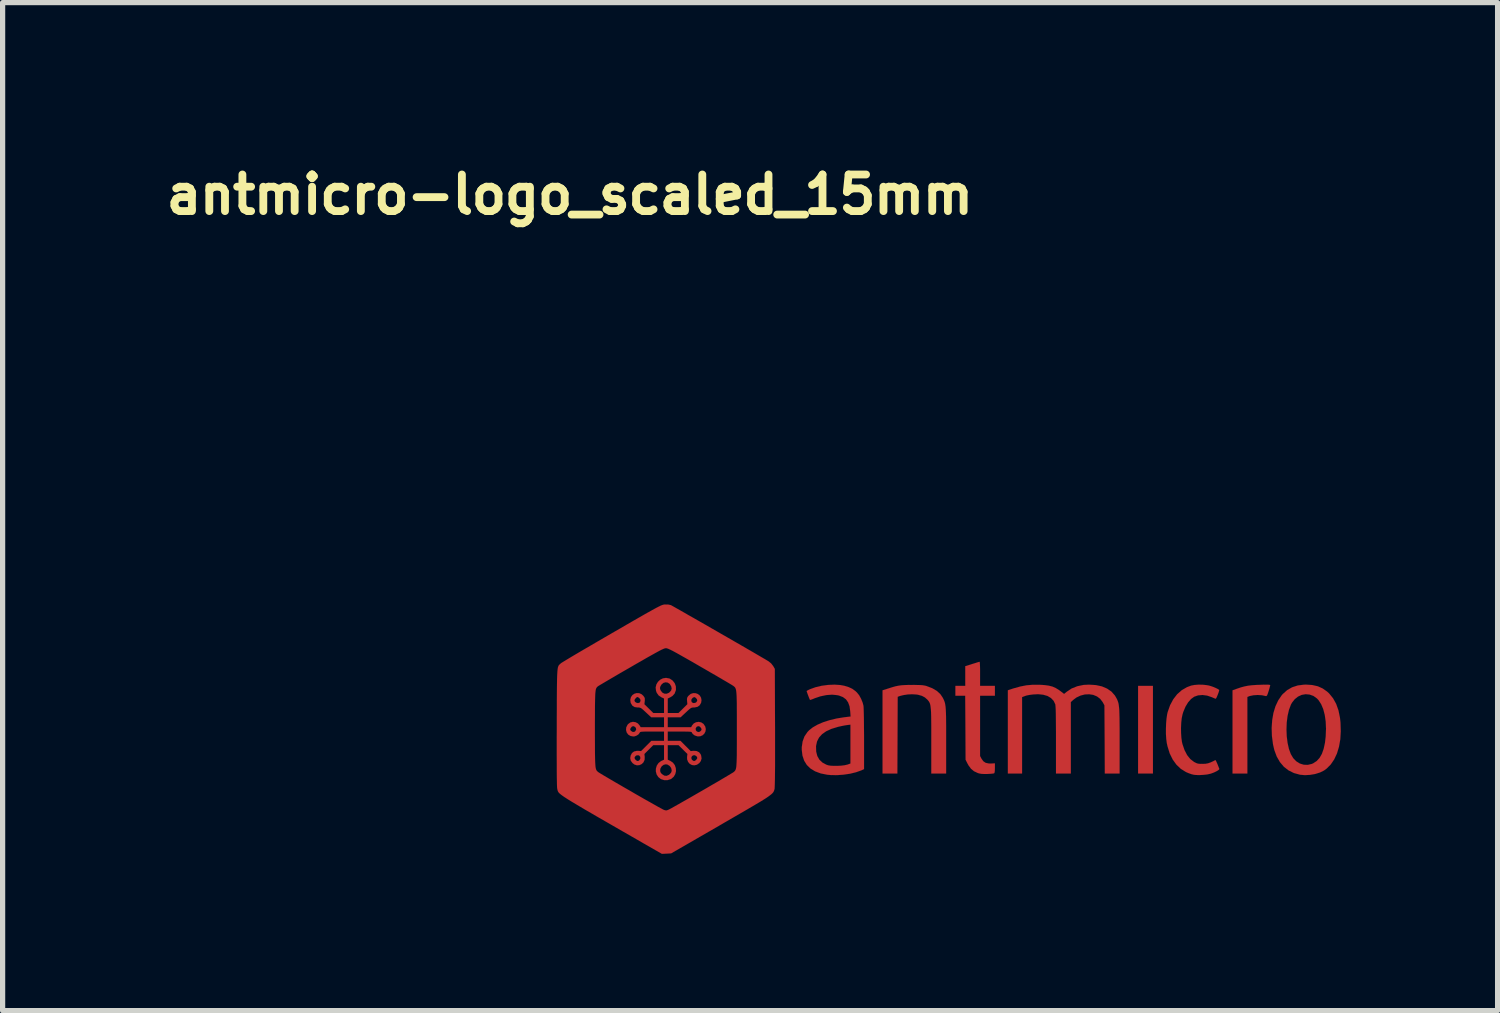
<source format=kicad_pcb>
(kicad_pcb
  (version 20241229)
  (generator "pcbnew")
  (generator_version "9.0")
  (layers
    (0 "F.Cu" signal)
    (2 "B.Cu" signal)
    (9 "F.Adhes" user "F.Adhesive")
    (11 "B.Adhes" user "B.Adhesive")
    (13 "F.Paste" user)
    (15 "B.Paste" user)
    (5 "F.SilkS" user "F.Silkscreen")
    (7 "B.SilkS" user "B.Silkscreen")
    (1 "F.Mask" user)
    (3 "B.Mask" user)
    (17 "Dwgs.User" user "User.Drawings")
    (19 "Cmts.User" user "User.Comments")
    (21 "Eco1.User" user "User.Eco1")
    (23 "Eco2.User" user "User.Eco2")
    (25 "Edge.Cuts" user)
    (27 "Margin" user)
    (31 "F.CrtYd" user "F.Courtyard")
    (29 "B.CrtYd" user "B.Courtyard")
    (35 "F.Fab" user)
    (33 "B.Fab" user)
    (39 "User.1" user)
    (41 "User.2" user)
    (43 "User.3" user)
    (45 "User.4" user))
  (footprint "antmicro-logo_scaled_15mm"
    (layer "F.Cu")
    (at 15.555 10.973)
    (property "Reference" "antmicro-logo_scaled_15mm" (at -7.7 -10.3 180) (layer "F.SilkS") (effects (font (size 0.7 0.7) (thickness 0.15))))
    (attr exclude_from_pos_files)
    (fp_poly (pts (xy 3.456 0.778) (xy 3.172 0.778) (xy 3.172 -0.899) (xy 3.456 -0.899) (xy 3.456 0.778)) (stroke (width 0.001) (type solid)) (fill yes) (layer "F.Cu"))
    (fp_poly (pts (xy 5.67 -0.921) (xy 5.691 -0.918) (xy 5.699 -0.913) (xy 5.7 -0.911) (xy 5.696 -0.894) (xy 5.687 -0.86) (xy 5.675 -0.816) (xy 5.669 -0.797) (xy 5.653 -0.749) (xy 5.641 -0.72) (xy 5.63 -0.706) (xy 5.619 -0.704) (xy 5.617 -0.704) (xy 5.543 -0.72) (xy 5.461 -0.725) (xy 5.38 -0.72) (xy 5.309 -0.705) (xy 5.295 -0.7) (xy 5.263 -0.687) (xy 5.263 0.778) (xy 4.979 0.778) (xy 4.979 -0.814) (xy 5.065 -0.845) (xy 5.139 -0.87) (xy 5.207 -0.888) (xy 5.276 -0.902) (xy 5.35 -0.911) (xy 5.438 -0.917) (xy 5.502 -0.919) (xy 5.578 -0.922) (xy 5.633 -0.922) (xy 5.67 -0.921)) (stroke (width 0.001) (type solid)) (fill yes) (layer "F.Cu"))
    (fp_poly (pts (xy 0.143 -1.349) (xy 0.145 -1.317) (xy 0.147 -1.27) (xy 0.148 -1.209) (xy 0.148 -1.139) (xy 0.148 -1.13) (xy 0.148 -0.899) (xy 0.432 -0.899) (xy 0.432 -0.71) (xy 0.148 -0.71) (xy 0.148 0.443) (xy 0.175 0.494) (xy 0.21 0.543) (xy 0.254 0.573) (xy 0.312 0.586) (xy 0.358 0.587) (xy 0.432 0.583) (xy 0.432 0.674) (xy 0.43 0.73) (xy 0.424 0.764) (xy 0.417 0.774) (xy 0.4 0.778) (xy 0.364 0.782) (xy 0.317 0.785) (xy 0.284 0.787) (xy 0.22 0.787) (xy 0.171 0.784) (xy 0.13 0.776) (xy 0.104 0.768) (xy 0.032 0.734) (xy -0.025 0.687) (xy -0.073 0.622) (xy -0.088 0.595) (xy -0.129 0.515) (xy -0.132 -0.098) (xy -0.136 -0.71) (xy -0.324 -0.71) (xy -0.324 -0.899) (xy -0.135 -0.899) (xy -0.135 -1.276) (xy -0.001 -1.318) (xy 0.052 -1.334) (xy 0.096 -1.348) (xy 0.127 -1.357) (xy 0.14 -1.36) (xy 0.143 -1.349)) (stroke (width 0.001) (type solid)) (fill yes) (layer "F.Cu"))
    (fp_poly (pts (xy -1.069 -0.916) (xy -1.006 -0.915) (xy -0.958 -0.912) (xy -0.919 -0.906) (xy -0.886 -0.899) (xy -0.874 -0.895) (xy -0.767 -0.854) (xy -0.68 -0.803) (xy -0.613 -0.742) (xy -0.569 -0.678) (xy -0.555 -0.651) (xy -0.543 -0.626) (xy -0.533 -0.6) (xy -0.524 -0.572) (xy -0.518 -0.539) (xy -0.512 -0.499) (xy -0.508 -0.45) (xy -0.505 -0.39) (xy -0.503 -0.316) (xy -0.502 -0.228) (xy -0.501 -0.122) (xy -0.501 0.003) (xy -0.501 0.149) (xy -0.501 0.778) (xy -0.785 0.778) (xy -0.785 0.154) (xy -0.785 0.007) (xy -0.785 -0.118) (xy -0.786 -0.224) (xy -0.787 -0.311) (xy -0.789 -0.384) (xy -0.792 -0.442) (xy -0.797 -0.489) (xy -0.802 -0.526) (xy -0.809 -0.555) (xy -0.818 -0.578) (xy -0.829 -0.598) (xy -0.842 -0.615) (xy -0.857 -0.633) (xy -0.858 -0.634) (xy -0.907 -0.678) (xy -0.966 -0.709) (xy -1.042 -0.73) (xy -1.07 -0.734) (xy -1.149 -0.739) (xy -1.237 -0.735) (xy -1.322 -0.722) (xy -1.384 -0.706) (xy -1.428 -0.69) (xy -1.431 0.044) (xy -1.434 0.778) (xy -1.718 0.778) (xy -1.718 -0.814) (xy -1.608 -0.849) (xy -1.533 -0.873) (xy -1.469 -0.891) (xy -1.41 -0.903) (xy -1.35 -0.911) (xy -1.282 -0.915) (xy -1.2 -0.917) (xy -1.151 -0.917) (xy -1.069 -0.916)) (stroke (width 0.001) (type solid)) (fill yes) (layer "F.Cu"))
    (fp_poly (pts (xy 2.364 -0.914) (xy 2.479 -0.889) (xy 2.578 -0.847) (xy 2.661 -0.79) (xy 2.727 -0.716) (xy 2.758 -0.663) (xy 2.771 -0.638) (xy 2.781 -0.613) (xy 2.79 -0.587) (xy 2.798 -0.558) (xy 2.803 -0.523) (xy 2.808 -0.481) (xy 2.812 -0.429) (xy 2.814 -0.366) (xy 2.816 -0.289) (xy 2.817 -0.196) (xy 2.818 -0.085) (xy 2.818 0.047) (xy 2.818 0.153) (xy 2.818 0.778) (xy 2.535 0.778) (xy 2.532 0.125) (xy 2.528 -0.527) (xy 2.494 -0.589) (xy 2.447 -0.651) (xy 2.386 -0.697) (xy 2.314 -0.727) (xy 2.236 -0.739) (xy 2.153 -0.735) (xy 2.071 -0.714) (xy 1.991 -0.676) (xy 1.935 -0.634) (xy 1.885 -0.59) (xy 1.885 0.778) (xy 1.601 0.778) (xy 1.601 0.139) (xy 1.601 -0.022) (xy 1.6 -0.159) (xy 1.599 -0.275) (xy 1.598 -0.369) (xy 1.596 -0.443) (xy 1.593 -0.497) (xy 1.59 -0.532) (xy 1.588 -0.546) (xy 1.556 -0.613) (xy 1.506 -0.666) (xy 1.439 -0.706) (xy 1.356 -0.73) (xy 1.26 -0.74) (xy 1.162 -0.735) (xy 1.108 -0.728) (xy 1.07 -0.722) (xy 1.038 -0.715) (xy 1.005 -0.704) (xy 0.984 -0.696) (xy 0.952 -0.684) (xy 0.952 0.778) (xy 0.68 0.778) (xy 0.68 -0.815) (xy 0.792 -0.852) (xy 0.919 -0.887) (xy 1.038 -0.91) (xy 1.158 -0.92) (xy 1.282 -0.92) (xy 1.382 -0.914) (xy 1.464 -0.903) (xy 1.534 -0.885) (xy 1.595 -0.858) (xy 1.654 -0.822) (xy 1.679 -0.804) (xy 1.756 -0.745) (xy 1.806 -0.786) (xy 1.901 -0.849) (xy 2.009 -0.892) (xy 2.129 -0.917) (xy 2.233 -0.922) (xy 2.364 -0.914)) (stroke (width 0.001) (type solid)) (fill yes) (layer "F.Cu"))
    (fp_poly (pts (xy 6.505 -0.915) (xy 6.611 -0.891) (xy 6.704 -0.849) (xy 6.788 -0.79) (xy 6.828 -0.753) (xy 6.902 -0.662) (xy 6.962 -0.554) (xy 7.006 -0.43) (xy 7.035 -0.288) (xy 7.045 -0.196) (xy 7.05 -0.031) (xy 7.041 0.124) (xy 7.016 0.266) (xy 6.977 0.395) (xy 6.924 0.508) (xy 6.858 0.605) (xy 6.779 0.684) (xy 6.73 0.72) (xy 6.653 0.758) (xy 6.56 0.787) (xy 6.461 0.804) (xy 6.361 0.809) (xy 6.271 0.801) (xy 6.154 0.769) (xy 6.051 0.718) (xy 5.961 0.648) (xy 5.886 0.559) (xy 5.825 0.453) (xy 5.779 0.329) (xy 5.754 0.221) (xy 5.733 0.061) (xy 5.729 -0.067) (xy 6.011 -0.067) (xy 6.016 0.065) (xy 6.032 0.192) (xy 6.058 0.308) (xy 6.094 0.406) (xy 6.14 0.484) (xy 6.199 0.545) (xy 6.267 0.587) (xy 6.341 0.61) (xy 6.419 0.613) (xy 6.498 0.594) (xy 6.524 0.582) (xy 6.59 0.539) (xy 6.645 0.479) (xy 6.689 0.402) (xy 6.723 0.306) (xy 6.748 0.191) (xy 6.762 0.069) (xy 6.768 -0.079) (xy 6.762 -0.217) (xy 6.744 -0.343) (xy 6.715 -0.454) (xy 6.675 -0.549) (xy 6.625 -0.626) (xy 6.594 -0.659) (xy 6.527 -0.707) (xy 6.454 -0.733) (xy 6.378 -0.74) (xy 6.303 -0.727) (xy 6.233 -0.695) (xy 6.17 -0.645) (xy 6.117 -0.578) (xy 6.096 -0.54) (xy 6.059 -0.441) (xy 6.032 -0.325) (xy 6.016 -0.199) (xy 6.011 -0.067) (xy 5.729 -0.067) (xy 5.728 -0.094) (xy 5.738 -0.243) (xy 5.762 -0.382) (xy 5.801 -0.509) (xy 5.854 -0.622) (xy 5.92 -0.719) (xy 5.939 -0.741) (xy 6.024 -0.817) (xy 6.12 -0.872) (xy 6.228 -0.907) (xy 6.348 -0.922) (xy 6.384 -0.923) (xy 6.505 -0.915)) (stroke (width 0.001) (type solid)) (fill yes) (layer "F.Cu"))
    (fp_poly (pts (xy 4.407 -0.921) (xy 4.484 -0.913) (xy 4.528 -0.905) (xy 4.572 -0.892) (xy 4.62 -0.875) (xy 4.665 -0.855) (xy 4.701 -0.837) (xy 4.722 -0.822) (xy 4.723 -0.82) (xy 4.722 -0.805) (xy 4.713 -0.776) (xy 4.7 -0.74) (xy 4.685 -0.703) (xy 4.671 -0.672) (xy 4.66 -0.655) (xy 4.658 -0.653) (xy 4.643 -0.657) (xy 4.614 -0.669) (xy 4.585 -0.682) (xy 4.494 -0.713) (xy 4.405 -0.725) (xy 4.32 -0.718) (xy 4.246 -0.692) (xy 4.185 -0.648) (xy 4.128 -0.583) (xy 4.078 -0.5) (xy 4.037 -0.402) (xy 4.02 -0.346) (xy 4.006 -0.276) (xy 3.997 -0.19) (xy 3.993 -0.096) (xy 3.994 0.001) (xy 4 0.093) (xy 4.011 0.173) (xy 4.02 0.213) (xy 4.06 0.33) (xy 4.11 0.426) (xy 4.171 0.502) (xy 4.243 0.557) (xy 4.249 0.56) (xy 4.285 0.578) (xy 4.316 0.589) (xy 4.353 0.593) (xy 4.404 0.594) (xy 4.406 0.594) (xy 4.46 0.592) (xy 4.506 0.584) (xy 4.554 0.568) (xy 4.609 0.543) (xy 4.65 0.521) (xy 4.655 0.524) (xy 4.664 0.54) (xy 4.678 0.57) (xy 4.698 0.617) (xy 4.724 0.684) (xy 4.727 0.69) (xy 4.72 0.703) (xy 4.696 0.721) (xy 4.66 0.741) (xy 4.616 0.761) (xy 4.569 0.778) (xy 4.557 0.782) (xy 4.493 0.796) (xy 4.417 0.804) (xy 4.337 0.808) (xy 4.265 0.805) (xy 4.235 0.801) (xy 4.191 0.79) (xy 4.138 0.771) (xy 4.087 0.749) (xy 3.989 0.688) (xy 3.905 0.608) (xy 3.834 0.509) (xy 3.777 0.393) (xy 3.735 0.258) (xy 3.721 0.193) (xy 3.711 0.116) (xy 3.705 0.024) (xy 3.705 -0.075) (xy 3.708 -0.176) (xy 3.716 -0.27) (xy 3.728 -0.353) (xy 3.738 -0.397) (xy 3.784 -0.528) (xy 3.845 -0.642) (xy 3.919 -0.738) (xy 4.007 -0.816) (xy 4.107 -0.874) (xy 4.187 -0.904) (xy 4.249 -0.916) (xy 4.325 -0.922) (xy 4.407 -0.921)) (stroke (width 0.001) (type solid)) (fill yes) (layer "F.Cu"))
    (fp_poly (pts (xy -2.526 -0.915) (xy -2.451 -0.901) (xy -2.366 -0.875) (xy -2.297 -0.843) (xy -2.238 -0.8) (xy -2.209 -0.773) (xy -2.166 -0.72) (xy -2.128 -0.651) (xy -2.098 -0.576) (xy -2.084 -0.523) (xy -2.081 -0.496) (xy -2.079 -0.448) (xy -2.077 -0.38) (xy -2.075 -0.294) (xy -2.074 -0.193) (xy -2.073 -0.078) (xy -2.072 0.049) (xy -2.072 0.118) (xy -2.072 0.694) (xy -2.127 0.719) (xy -2.226 0.754) (xy -2.341 0.782) (xy -2.465 0.8) (xy -2.591 0.809) (xy -2.712 0.807) (xy -2.776 0.801) (xy -2.901 0.776) (xy -3.008 0.736) (xy -3.097 0.682) (xy -3.167 0.614) (xy -3.218 0.531) (xy -3.25 0.435) (xy -3.263 0.325) (xy -3.263 0.27) (xy -3.261 0.26) (xy -2.991 0.26) (xy -2.988 0.358) (xy -2.967 0.442) (xy -2.927 0.513) (xy -2.869 0.568) (xy -2.794 0.609) (xy -2.758 0.621) (xy -2.711 0.629) (xy -2.649 0.632) (xy -2.579 0.632) (xy -2.509 0.628) (xy -2.445 0.62) (xy -2.395 0.609) (xy -2.388 0.607) (xy -2.332 0.587) (xy -2.332 -0.157) (xy -2.4 -0.149) (xy -2.443 -0.142) (xy -2.499 -0.131) (xy -2.558 -0.118) (xy -2.577 -0.113) (xy -2.698 -0.076) (xy -2.797 -0.03) (xy -2.875 0.025) (xy -2.933 0.089) (xy -2.971 0.163) (xy -2.99 0.248) (xy -2.991 0.26) (xy -3.261 0.26) (xy -3.247 0.164) (xy -3.212 0.069) (xy -3.155 -0.015) (xy -3.123 -0.049) (xy -3.052 -0.105) (xy -2.961 -0.157) (xy -2.852 -0.204) (xy -2.729 -0.243) (xy -2.595 -0.275) (xy -2.453 -0.298) (xy -2.451 -0.298) (xy -2.329 -0.313) (xy -2.336 -0.413) (xy -2.349 -0.508) (xy -2.377 -0.584) (xy -2.418 -0.642) (xy -2.476 -0.685) (xy -2.551 -0.714) (xy -2.587 -0.722) (xy -2.685 -0.731) (xy -2.793 -0.723) (xy -2.908 -0.699) (xy -3.023 -0.66) (xy -3.033 -0.655) (xy -3.069 -0.641) (xy -3.096 -0.632) (xy -3.106 -0.631) (xy -3.112 -0.643) (xy -3.124 -0.671) (xy -3.138 -0.707) (xy -3.152 -0.745) (xy -3.163 -0.777) (xy -3.17 -0.797) (xy -3.17 -0.8) (xy -3.161 -0.807) (xy -3.135 -0.821) (xy -3.106 -0.835) (xy -3 -0.873) (xy -2.882 -0.901) (xy -2.76 -0.917) (xy -2.639 -0.922) (xy -2.526 -0.915)) (stroke (width 0.001) (type solid)) (fill yes) (layer "F.Cu"))
    (fp_poly (pts (xy -5.818 -2.455) (xy -5.769 -2.444) (xy -5.768 -2.444) (xy -5.753 -2.436) (xy -5.719 -2.417) (xy -5.668 -2.388) (xy -5.602 -2.351) (xy -5.523 -2.306) (xy -5.433 -2.254) (xy -5.332 -2.197) (xy -5.224 -2.135) (xy -5.11 -2.07) (xy -4.992 -2.002) (xy -4.872 -1.933) (xy -4.75 -1.863) (xy -4.63 -1.794) (xy -4.514 -1.727) (xy -4.401 -1.662) (xy -4.296 -1.601) (xy -4.199 -1.545) (xy -4.112 -1.494) (xy -4.037 -1.45) (xy -3.976 -1.415) (xy -3.931 -1.388) (xy -3.903 -1.371) (xy -3.899 -1.369) (xy -3.849 -1.328) (xy -3.811 -1.279) (xy -3.779 -1.224) (xy -3.775 -0.098) (xy -3.775 0.117) (xy -3.775 0.312) (xy -3.775 0.485) (xy -3.775 0.636) (xy -3.776 0.765) (xy -3.777 0.873) (xy -3.779 0.957) (xy -3.781 1.019) (xy -3.783 1.058) (xy -3.784 1.072) (xy -3.789 1.09) (xy -3.794 1.106) (xy -3.801 1.122) (xy -3.81 1.137) (xy -3.824 1.154) (xy -3.843 1.172) (xy -3.868 1.192) (xy -3.9 1.216) (xy -3.942 1.245) (xy -3.994 1.278) (xy -4.057 1.317) (xy -4.133 1.362) (xy -4.223 1.415) (xy -4.327 1.476) (xy -4.448 1.546) (xy -4.586 1.626) (xy -4.743 1.717) (xy -4.813 1.758) (xy -5.763 2.306) (xy -5.852 2.311) (xy -5.94 2.315) (xy -6.289 2.115) (xy -6.502 1.992) (xy -6.696 1.881) (xy -6.871 1.78) (xy -7.029 1.689) (xy -7.17 1.608) (xy -7.295 1.535) (xy -7.406 1.471) (xy -7.502 1.414) (xy -7.586 1.364) (xy -7.658 1.321) (xy -7.719 1.284) (xy -7.77 1.251) (xy -7.812 1.224) (xy -7.846 1.2) (xy -7.873 1.18) (xy -7.893 1.163) (xy -7.909 1.148) (xy -7.92 1.134) (xy -7.927 1.122) (xy -7.932 1.11) (xy -7.936 1.098) (xy -7.939 1.085) (xy -7.942 1.072) (xy -7.945 1.051) (xy -7.947 1.007) (xy -7.948 0.94) (xy -7.95 0.85) (xy -7.951 0.738) (xy -7.951 0.604) (xy -7.952 0.447) (xy -7.952 0.269) (xy -7.952 0.07) (xy -7.951 -0.072) (xy -7.222 -0.072) (xy -7.222 0.081) (xy -7.221 0.213) (xy -7.221 0.324) (xy -7.22 0.418) (xy -7.219 0.495) (xy -7.217 0.557) (xy -7.214 0.607) (xy -7.211 0.646) (xy -7.206 0.675) (xy -7.2 0.698) (xy -7.193 0.714) (xy -7.184 0.727) (xy -7.174 0.738) (xy -7.162 0.748) (xy -7.161 0.749) (xy -7.145 0.76) (xy -7.111 0.781) (xy -7.061 0.811) (xy -6.997 0.849) (xy -6.922 0.893) (xy -6.837 0.943) (xy -6.745 0.996) (xy -6.649 1.052) (xy -6.549 1.109) (xy -6.45 1.167) (xy -6.352 1.223) (xy -6.258 1.277) (xy -6.17 1.326) (xy -6.091 1.371) (xy -6.022 1.41) (xy -5.967 1.44) (xy -5.926 1.462) (xy -5.903 1.474) (xy -5.9 1.475) (xy -5.87 1.483) (xy -5.85 1.484) (xy -5.826 1.476) (xy -5.811 1.47) (xy -5.792 1.46) (xy -5.754 1.44) (xy -5.701 1.41) (xy -5.635 1.373) (xy -5.558 1.329) (xy -5.472 1.28) (xy -5.379 1.227) (xy -5.282 1.171) (xy -5.183 1.114) (xy -5.084 1.057) (xy -4.987 1) (xy -4.895 0.947) (xy -4.81 0.897) (xy -4.734 0.852) (xy -4.67 0.814) (xy -4.619 0.783) (xy -4.583 0.762) (xy -4.566 0.75) (xy -4.553 0.739) (xy -4.543 0.728) (xy -4.534 0.715) (xy -4.527 0.699) (xy -4.521 0.677) (xy -4.516 0.648) (xy -4.513 0.61) (xy -4.51 0.562) (xy -4.508 0.5) (xy -4.506 0.424) (xy -4.506 0.332) (xy -4.505 0.222) (xy -4.505 0.092) (xy -4.505 -0.059) (xy -4.505 -0.072) (xy -4.505 -0.227) (xy -4.505 -0.359) (xy -4.506 -0.471) (xy -4.506 -0.565) (xy -4.508 -0.643) (xy -4.51 -0.706) (xy -4.513 -0.756) (xy -4.517 -0.795) (xy -4.522 -0.825) (xy -4.529 -0.847) (xy -4.537 -0.864) (xy -4.547 -0.877) (xy -4.558 -0.887) (xy -4.572 -0.898) (xy -4.578 -0.902) (xy -4.595 -0.913) (xy -4.631 -0.935) (xy -4.683 -0.966) (xy -4.75 -1.005) (xy -4.83 -1.052) (xy -4.92 -1.105) (xy -5.02 -1.162) (xy -5.126 -1.224) (xy -5.215 -1.275) (xy -5.342 -1.349) (xy -5.451 -1.411) (xy -5.543 -1.463) (xy -5.619 -1.506) (xy -5.682 -1.541) (xy -5.732 -1.568) (xy -5.772 -1.588) (xy -5.802 -1.602) (xy -5.826 -1.612) (xy -5.843 -1.617) (xy -5.857 -1.62) (xy -5.862 -1.62) (xy -5.874 -1.619) (xy -5.89 -1.615) (xy -5.911 -1.607) (xy -5.938 -1.595) (xy -5.973 -1.578) (xy -6.018 -1.554) (xy -6.074 -1.523) (xy -6.144 -1.484) (xy -6.228 -1.437) (xy -6.328 -1.379) (xy -6.446 -1.312) (xy -6.528 -1.264) (xy -6.639 -1.2) (xy -6.745 -1.139) (xy -6.842 -1.082) (xy -6.931 -1.03) (xy -7.008 -0.985) (xy -7.072 -0.947) (xy -7.121 -0.918) (xy -7.154 -0.898) (xy -7.167 -0.889) (xy -7.178 -0.879) (xy -7.187 -0.869) (xy -7.195 -0.856) (xy -7.202 -0.839) (xy -7.207 -0.817) (xy -7.211 -0.786) (xy -7.215 -0.746) (xy -7.217 -0.694) (xy -7.219 -0.63) (xy -7.22 -0.551) (xy -7.221 -0.454) (xy -7.221 -0.34) (xy -7.222 -0.205) (xy -7.222 -0.072) (xy -7.951 -0.072) (xy -7.951 -0.098) (xy -7.951 -0.29) (xy -7.95 -0.459) (xy -7.95 -0.607) (xy -7.949 -0.736) (xy -7.948 -0.848) (xy -7.947 -0.943) (xy -7.946 -1.023) (xy -7.944 -1.089) (xy -7.941 -1.143) (xy -7.938 -1.187) (xy -7.934 -1.221) (xy -7.93 -1.248) (xy -7.924 -1.268) (xy -7.917 -1.284) (xy -7.909 -1.296) (xy -7.9 -1.306) (xy -7.89 -1.315) (xy -7.878 -1.326) (xy -7.873 -1.33) (xy -7.858 -1.341) (xy -7.824 -1.362) (xy -7.773 -1.393) (xy -7.705 -1.434) (xy -7.623 -1.483) (xy -7.528 -1.539) (xy -7.422 -1.601) (xy -7.305 -1.669) (xy -7.18 -1.742) (xy -7.048 -1.819) (xy -6.911 -1.898) (xy -6.896 -1.907) (xy -6.736 -1.999) (xy -6.595 -2.081) (xy -6.472 -2.152) (xy -6.365 -2.213) (xy -6.273 -2.266) (xy -6.195 -2.31) (xy -6.13 -2.346) (xy -6.076 -2.376) (xy -6.031 -2.4) (xy -5.995 -2.418) (xy -5.967 -2.432) (xy -5.944 -2.442) (xy -5.926 -2.448) (xy -5.911 -2.452) (xy -5.898 -2.455) (xy -5.885 -2.456) (xy -5.881 -2.456) (xy -5.818 -2.455)) (stroke (width 0.001) (type solid)) (fill yes) (layer "F.Cu"))
    (fp_poly (pts (xy -5.8 -1.041) (xy -5.789 -1.037) (xy -5.735 -1.001) (xy -5.695 -0.951) (xy -5.673 -0.891) (xy -5.671 -0.827) (xy -5.674 -0.812) (xy -5.697 -0.751) (xy -5.738 -0.706) (xy -5.779 -0.681) (xy -5.828 -0.657) (xy -5.828 -0.38) (xy -5.622 -0.38) (xy -5.537 -0.464) (xy -5.452 -0.548) (xy -5.458 -0.609) (xy -5.458 -0.61) (xy -5.378 -0.61) (xy -5.365 -0.583) (xy -5.337 -0.57) (xy -5.304 -0.573) (xy -5.28 -0.587) (xy -5.263 -0.615) (xy -5.269 -0.643) (xy -5.285 -0.663) (xy -5.307 -0.682) (xy -5.326 -0.684) (xy -5.351 -0.67) (xy -5.353 -0.668) (xy -5.374 -0.642) (xy -5.378 -0.61) (xy -5.458 -0.61) (xy -5.46 -0.648) (xy -5.455 -0.674) (xy -5.44 -0.699) (xy -5.433 -0.707) (xy -5.39 -0.744) (xy -5.343 -0.76) (xy -5.295 -0.759) (xy -5.251 -0.743) (xy -5.215 -0.714) (xy -5.191 -0.673) (xy -5.182 -0.624) (xy -5.19 -0.575) (xy -5.217 -0.528) (xy -5.259 -0.498) (xy -5.316 -0.486) (xy -5.326 -0.486) (xy -5.351 -0.485) (xy -5.371 -0.481) (xy -5.392 -0.47) (xy -5.418 -0.45) (xy -5.453 -0.418) (xy -5.482 -0.391) (xy -5.583 -0.297) (xy -5.828 -0.297) (xy -5.828 -0.108) (xy -5.38 -0.108) (xy -5.362 -0.142) (xy -5.33 -0.18) (xy -5.286 -0.203) (xy -5.236 -0.21) (xy -5.187 -0.2) (xy -5.145 -0.172) (xy -5.141 -0.168) (xy -5.11 -0.12) (xy -5.1 -0.071) (xy -5.107 -0.025) (xy -5.129 0.016) (xy -5.163 0.047) (xy -5.206 0.065) (xy -5.255 0.068) (xy -5.308 0.051) (xy -5.318 0.045) (xy -5.346 0.024) (xy -5.363 0.002) (xy -5.364 -0.002) (xy -5.367 -0.01) (xy -5.374 -0.016) (xy -5.389 -0.02) (xy -5.413 -0.023) (xy -5.451 -0.024) (xy -5.506 -0.025) (xy -5.58 -0.025) (xy -5.599 -0.025) (xy -5.828 -0.025) (xy -5.828 0.152) (xy -5.585 0.152) (xy -5.389 0.349) (xy -5.334 0.344) (xy -5.275 0.348) (xy -5.229 0.371) (xy -5.197 0.412) (xy -5.189 0.434) (xy -5.181 0.49) (xy -5.195 0.539) (xy -5.224 0.578) (xy -5.27 0.61) (xy -5.319 0.621) (xy -5.366 0.615) (xy -5.408 0.592) (xy -5.439 0.555) (xy -5.457 0.507) (xy -5.458 0.471) (xy -5.377 0.471) (xy -5.373 0.501) (xy -5.362 0.518) (xy -5.335 0.538) (xy -5.309 0.537) (xy -5.285 0.518) (xy -5.264 0.489) (xy -5.266 0.463) (xy -5.284 0.442) (xy -5.313 0.427) (xy -5.342 0.43) (xy -5.365 0.446) (xy -5.377 0.471) (xy -5.458 0.471) (xy -5.458 0.46) (xy -5.451 0.404) (xy -5.622 0.235) (xy -5.828 0.235) (xy -5.828 0.514) (xy -5.779 0.536) (xy -5.728 0.571) (xy -5.693 0.618) (xy -5.674 0.674) (xy -5.67 0.732) (xy -5.684 0.789) (xy -5.713 0.839) (xy -5.759 0.879) (xy -5.77 0.885) (xy -5.831 0.904) (xy -5.897 0.904) (xy -5.958 0.885) (xy -5.96 0.884) (xy -6.008 0.846) (xy -6.04 0.797) (xy -6.055 0.741) (xy -6.055 0.713) (xy -5.974 0.713) (xy -5.97 0.748) (xy -5.952 0.776) (xy -5.936 0.791) (xy -5.893 0.819) (xy -5.85 0.823) (xy -5.806 0.804) (xy -5.79 0.791) (xy -5.764 0.762) (xy -5.753 0.732) (xy -5.752 0.713) (xy -5.763 0.67) (xy -5.791 0.633) (xy -5.829 0.608) (xy -5.863 0.601) (xy -5.906 0.611) (xy -5.943 0.639) (xy -5.967 0.678) (xy -5.974 0.713) (xy -6.055 0.713) (xy -6.054 0.682) (xy -6.037 0.626) (xy -6.004 0.577) (xy -5.956 0.54) (xy -5.947 0.536) (xy -5.899 0.514) (xy -5.899 0.235) (xy -6.105 0.235) (xy -6.275 0.404) (xy -6.269 0.46) (xy -6.271 0.516) (xy -6.292 0.563) (xy -6.326 0.597) (xy -6.369 0.617) (xy -6.417 0.621) (xy -6.465 0.606) (xy -6.502 0.578) (xy -6.535 0.533) (xy -6.546 0.483) (xy -6.543 0.468) (xy -6.463 0.468) (xy -6.46 0.494) (xy -6.442 0.518) (xy -6.413 0.539) (xy -6.388 0.537) (xy -6.366 0.519) (xy -6.351 0.488) (xy -6.355 0.457) (xy -6.375 0.434) (xy -6.39 0.428) (xy -6.424 0.43) (xy -6.443 0.442) (xy -6.463 0.468) (xy -6.543 0.468) (xy -6.537 0.434) (xy -6.512 0.386) (xy -6.472 0.356) (xy -6.418 0.344) (xy -6.393 0.344) (xy -6.338 0.349) (xy -6.141 0.152) (xy -5.899 0.152) (xy -5.899 -0.025) (xy -6.128 -0.025) (xy -6.207 -0.025) (xy -6.266 -0.025) (xy -6.307 -0.023) (xy -6.335 -0.021) (xy -6.351 -0.017) (xy -6.36 -0.012) (xy -6.364 -0.004) (xy -6.366 -0.001) (xy -6.385 0.026) (xy -6.419 0.05) (xy -6.46 0.066) (xy -6.487 0.069) (xy -6.541 0.059) (xy -6.584 0.033) (xy -6.613 -0.007) (xy -6.626 -0.054) (xy -6.625 -0.07) (xy -6.547 -0.07) (xy -6.543 -0.053) (xy -6.531 -0.038) (xy -6.5 -0.017) (xy -6.469 -0.018) (xy -6.449 -0.032) (xy -6.432 -0.062) (xy -6.435 -0.082) (xy -5.295 -0.082) (xy -5.29 -0.049) (xy -5.278 -0.032) (xy -5.248 -0.015) (xy -5.216 -0.021) (xy -5.195 -0.038) (xy -5.181 -0.057) (xy -5.182 -0.075) (xy -5.191 -0.094) (xy -5.216 -0.121) (xy -5.246 -0.129) (xy -5.275 -0.116) (xy -5.277 -0.114) (xy -5.295 -0.082) (xy -6.435 -0.082) (xy -6.438 -0.094) (xy -6.453 -0.113) (xy -6.483 -0.129) (xy -6.512 -0.122) (xy -6.536 -0.094) (xy -6.547 -0.07) (xy -6.625 -0.07) (xy -6.622 -0.104) (xy -6.598 -0.153) (xy -6.586 -0.168) (xy -6.544 -0.199) (xy -6.495 -0.211) (xy -6.444 -0.204) (xy -6.399 -0.18) (xy -6.367 -0.143) (xy -6.346 -0.108) (xy -5.899 -0.108) (xy -5.899 -0.297) (xy -6.143 -0.297) (xy -6.244 -0.391) (xy -6.288 -0.432) (xy -6.319 -0.459) (xy -6.342 -0.475) (xy -6.363 -0.483) (xy -6.384 -0.486) (xy -6.404 -0.486) (xy -6.462 -0.494) (xy -6.504 -0.52) (xy -6.532 -0.565) (xy -6.538 -0.58) (xy -6.543 -0.623) (xy -6.466 -0.623) (xy -6.456 -0.596) (xy -6.431 -0.577) (xy -6.399 -0.569) (xy -6.37 -0.576) (xy -6.362 -0.583) (xy -6.348 -0.611) (xy -6.353 -0.642) (xy -6.374 -0.668) (xy -6.396 -0.682) (xy -6.409 -0.687) (xy -6.426 -0.678) (xy -6.447 -0.657) (xy -6.462 -0.634) (xy -6.466 -0.623) (xy -6.543 -0.623) (xy -6.544 -0.635) (xy -6.532 -0.683) (xy -6.505 -0.722) (xy -6.467 -0.748) (xy -6.422 -0.761) (xy -6.374 -0.759) (xy -6.327 -0.738) (xy -6.294 -0.707) (xy -6.275 -0.681) (xy -6.267 -0.657) (xy -6.267 -0.623) (xy -6.268 -0.609) (xy -6.275 -0.548) (xy -6.19 -0.464) (xy -6.105 -0.38) (xy -5.899 -0.38) (xy -5.899 -0.658) (xy -5.946 -0.679) (xy -6.001 -0.715) (xy -6.038 -0.766) (xy -6.052 -0.805) (xy -6.058 -0.86) (xy -5.977 -0.86) (xy -5.973 -0.833) (xy -5.964 -0.813) (xy -5.934 -0.772) (xy -5.894 -0.75) (xy -5.849 -0.748) (xy -5.804 -0.767) (xy -5.799 -0.771) (xy -5.764 -0.808) (xy -5.752 -0.849) (xy -5.762 -0.892) (xy -5.79 -0.937) (xy -5.828 -0.962) (xy -5.87 -0.968) (xy -5.912 -0.956) (xy -5.948 -0.925) (xy -5.969 -0.889) (xy -5.977 -0.86) (xy -6.058 -0.86) (xy -6.059 -0.868) (xy -6.045 -0.927) (xy -6.015 -0.977) (xy -5.972 -1.017) (xy -5.92 -1.043) (xy -5.861 -1.052) (xy -5.8 -1.041)) (stroke (width 0.001) (type solid)) (fill yes) (layer "F.Cu"))
    (fp_poly (pts (xy 3.456 0.778) (xy 3.172 0.778) (xy 3.172 -0.899) (xy 3.456 -0.899) (xy 3.456 0.778)) (stroke (width 0.001) (type solid)) (fill yes) (layer "F.Mask"))
    (fp_poly (pts (xy 5.67 -0.921) (xy 5.691 -0.918) (xy 5.699 -0.913) (xy 5.7 -0.911) (xy 5.696 -0.894) (xy 5.687 -0.86) (xy 5.675 -0.816) (xy 5.669 -0.797) (xy 5.653 -0.749) (xy 5.641 -0.72) (xy 5.63 -0.706) (xy 5.619 -0.704) (xy 5.617 -0.704) (xy 5.543 -0.72) (xy 5.461 -0.725) (xy 5.38 -0.72) (xy 5.309 -0.705) (xy 5.295 -0.7) (xy 5.263 -0.687) (xy 5.263 0.778) (xy 4.979 0.778) (xy 4.979 -0.814) (xy 5.065 -0.845) (xy 5.139 -0.87) (xy 5.207 -0.888) (xy 5.276 -0.902) (xy 5.35 -0.911) (xy 5.438 -0.917) (xy 5.502 -0.919) (xy 5.578 -0.922) (xy 5.633 -0.922) (xy 5.67 -0.921)) (stroke (width 0.001) (type solid)) (fill yes) (layer "F.Mask"))
    (fp_poly (pts (xy 0.143 -1.349) (xy 0.145 -1.317) (xy 0.147 -1.27) (xy 0.148 -1.209) (xy 0.148 -1.139) (xy 0.148 -1.13) (xy 0.148 -0.899) (xy 0.432 -0.899) (xy 0.432 -0.71) (xy 0.148 -0.71) (xy 0.148 0.443) (xy 0.175 0.494) (xy 0.21 0.543) (xy 0.254 0.573) (xy 0.312 0.586) (xy 0.358 0.587) (xy 0.432 0.583) (xy 0.432 0.674) (xy 0.43 0.73) (xy 0.424 0.764) (xy 0.417 0.774) (xy 0.4 0.778) (xy 0.364 0.782) (xy 0.317 0.785) (xy 0.284 0.787) (xy 0.22 0.787) (xy 0.171 0.784) (xy 0.13 0.776) (xy 0.104 0.768) (xy 0.032 0.734) (xy -0.025 0.687) (xy -0.073 0.622) (xy -0.088 0.595) (xy -0.129 0.515) (xy -0.132 -0.098) (xy -0.136 -0.71) (xy -0.324 -0.71) (xy -0.324 -0.899) (xy -0.135 -0.899) (xy -0.135 -1.276) (xy -0.001 -1.318) (xy 0.052 -1.334) (xy 0.096 -1.348) (xy 0.127 -1.357) (xy 0.14 -1.36) (xy 0.143 -1.349)) (stroke (width 0.001) (type solid)) (fill yes) (layer "F.Mask"))
    (fp_poly (pts (xy -1.069 -0.916) (xy -1.006 -0.915) (xy -0.958 -0.912) (xy -0.919 -0.906) (xy -0.886 -0.899) (xy -0.874 -0.895) (xy -0.767 -0.854) (xy -0.68 -0.803) (xy -0.613 -0.742) (xy -0.569 -0.678) (xy -0.555 -0.651) (xy -0.543 -0.626) (xy -0.533 -0.6) (xy -0.524 -0.572) (xy -0.518 -0.539) (xy -0.512 -0.499) (xy -0.508 -0.45) (xy -0.505 -0.39) (xy -0.503 -0.316) (xy -0.502 -0.228) (xy -0.501 -0.122) (xy -0.501 0.003) (xy -0.501 0.149) (xy -0.501 0.778) (xy -0.785 0.778) (xy -0.785 0.154) (xy -0.785 0.007) (xy -0.785 -0.118) (xy -0.786 -0.224) (xy -0.787 -0.311) (xy -0.789 -0.384) (xy -0.792 -0.442) (xy -0.797 -0.489) (xy -0.802 -0.526) (xy -0.809 -0.555) (xy -0.818 -0.578) (xy -0.829 -0.598) (xy -0.842 -0.615) (xy -0.857 -0.633) (xy -0.858 -0.634) (xy -0.907 -0.678) (xy -0.966 -0.709) (xy -1.042 -0.73) (xy -1.07 -0.734) (xy -1.149 -0.739) (xy -1.237 -0.735) (xy -1.322 -0.722) (xy -1.384 -0.706) (xy -1.428 -0.69) (xy -1.431 0.044) (xy -1.434 0.778) (xy -1.718 0.778) (xy -1.718 -0.814) (xy -1.608 -0.849) (xy -1.533 -0.873) (xy -1.469 -0.891) (xy -1.41 -0.903) (xy -1.35 -0.911) (xy -1.282 -0.915) (xy -1.2 -0.917) (xy -1.151 -0.917) (xy -1.069 -0.916)) (stroke (width 0.001) (type solid)) (fill yes) (layer "F.Mask"))
    (fp_poly (pts (xy 2.364 -0.914) (xy 2.479 -0.889) (xy 2.578 -0.847) (xy 2.661 -0.79) (xy 2.727 -0.716) (xy 2.758 -0.663) (xy 2.771 -0.638) (xy 2.781 -0.613) (xy 2.79 -0.587) (xy 2.798 -0.558) (xy 2.803 -0.523) (xy 2.808 -0.481) (xy 2.812 -0.429) (xy 2.814 -0.366) (xy 2.816 -0.289) (xy 2.817 -0.196) (xy 2.818 -0.085) (xy 2.818 0.047) (xy 2.818 0.153) (xy 2.818 0.778) (xy 2.535 0.778) (xy 2.532 0.125) (xy 2.528 -0.527) (xy 2.494 -0.589) (xy 2.447 -0.651) (xy 2.386 -0.697) (xy 2.314 -0.727) (xy 2.236 -0.739) (xy 2.153 -0.735) (xy 2.071 -0.714) (xy 1.991 -0.676) (xy 1.935 -0.634) (xy 1.885 -0.59) (xy 1.885 0.778) (xy 1.601 0.778) (xy 1.601 0.139) (xy 1.601 -0.022) (xy 1.6 -0.159) (xy 1.599 -0.275) (xy 1.598 -0.369) (xy 1.596 -0.443) (xy 1.593 -0.497) (xy 1.59 -0.532) (xy 1.588 -0.546) (xy 1.556 -0.613) (xy 1.506 -0.666) (xy 1.439 -0.706) (xy 1.356 -0.73) (xy 1.26 -0.74) (xy 1.162 -0.735) (xy 1.108 -0.728) (xy 1.07 -0.722) (xy 1.038 -0.715) (xy 1.005 -0.704) (xy 0.984 -0.696) (xy 0.952 -0.684) (xy 0.952 0.778) (xy 0.68 0.778) (xy 0.68 -0.815) (xy 0.792 -0.852) (xy 0.919 -0.887) (xy 1.038 -0.91) (xy 1.158 -0.92) (xy 1.282 -0.92) (xy 1.382 -0.914) (xy 1.464 -0.903) (xy 1.534 -0.885) (xy 1.595 -0.858) (xy 1.654 -0.822) (xy 1.679 -0.804) (xy 1.756 -0.745) (xy 1.806 -0.786) (xy 1.901 -0.849) (xy 2.009 -0.892) (xy 2.129 -0.917) (xy 2.233 -0.922) (xy 2.364 -0.914)) (stroke (width 0.001) (type solid)) (fill yes) (layer "F.Mask"))
    (fp_poly (pts (xy 6.505 -0.915) (xy 6.611 -0.891) (xy 6.704 -0.849) (xy 6.788 -0.79) (xy 6.828 -0.753) (xy 6.902 -0.662) (xy 6.962 -0.554) (xy 7.006 -0.43) (xy 7.035 -0.288) (xy 7.045 -0.196) (xy 7.05 -0.031) (xy 7.041 0.124) (xy 7.016 0.266) (xy 6.977 0.395) (xy 6.924 0.508) (xy 6.858 0.605) (xy 6.779 0.684) (xy 6.73 0.72) (xy 6.653 0.758) (xy 6.56 0.787) (xy 6.461 0.804) (xy 6.361 0.809) (xy 6.271 0.801) (xy 6.154 0.769) (xy 6.051 0.718) (xy 5.961 0.648) (xy 5.886 0.559) (xy 5.825 0.453) (xy 5.779 0.329) (xy 5.754 0.221) (xy 5.733 0.061) (xy 5.729 -0.067) (xy 6.011 -0.067) (xy 6.016 0.065) (xy 6.032 0.192) (xy 6.058 0.308) (xy 6.094 0.406) (xy 6.14 0.484) (xy 6.199 0.545) (xy 6.267 0.587) (xy 6.341 0.61) (xy 6.419 0.613) (xy 6.498 0.594) (xy 6.524 0.582) (xy 6.59 0.539) (xy 6.645 0.479) (xy 6.689 0.402) (xy 6.723 0.306) (xy 6.748 0.191) (xy 6.762 0.069) (xy 6.768 -0.079) (xy 6.762 -0.217) (xy 6.744 -0.343) (xy 6.715 -0.454) (xy 6.675 -0.549) (xy 6.625 -0.626) (xy 6.594 -0.659) (xy 6.527 -0.707) (xy 6.454 -0.733) (xy 6.378 -0.74) (xy 6.303 -0.727) (xy 6.233 -0.695) (xy 6.17 -0.645) (xy 6.117 -0.578) (xy 6.096 -0.54) (xy 6.059 -0.441) (xy 6.032 -0.325) (xy 6.016 -0.199) (xy 6.011 -0.067) (xy 5.729 -0.067) (xy 5.728 -0.094) (xy 5.738 -0.243) (xy 5.762 -0.382) (xy 5.801 -0.509) (xy 5.854 -0.622) (xy 5.92 -0.719) (xy 5.939 -0.741) (xy 6.024 -0.817) (xy 6.12 -0.872) (xy 6.228 -0.907) (xy 6.348 -0.922) (xy 6.384 -0.923) (xy 6.505 -0.915)) (stroke (width 0.001) (type solid)) (fill yes) (layer "F.Mask"))
    (fp_poly (pts (xy 4.407 -0.921) (xy 4.484 -0.913) (xy 4.528 -0.905) (xy 4.572 -0.892) (xy 4.62 -0.875) (xy 4.665 -0.855) (xy 4.701 -0.837) (xy 4.722 -0.822) (xy 4.723 -0.82) (xy 4.722 -0.805) (xy 4.713 -0.776) (xy 4.7 -0.74) (xy 4.685 -0.703) (xy 4.671 -0.672) (xy 4.66 -0.655) (xy 4.658 -0.653) (xy 4.643 -0.657) (xy 4.614 -0.669) (xy 4.585 -0.682) (xy 4.494 -0.713) (xy 4.405 -0.725) (xy 4.32 -0.718) (xy 4.246 -0.692) (xy 4.185 -0.648) (xy 4.128 -0.583) (xy 4.078 -0.5) (xy 4.037 -0.402) (xy 4.02 -0.346) (xy 4.006 -0.276) (xy 3.997 -0.19) (xy 3.993 -0.096) (xy 3.994 0.001) (xy 4 0.093) (xy 4.011 0.173) (xy 4.02 0.213) (xy 4.06 0.33) (xy 4.11 0.426) (xy 4.171 0.502) (xy 4.243 0.557) (xy 4.249 0.56) (xy 4.285 0.578) (xy 4.316 0.589) (xy 4.353 0.593) (xy 4.404 0.594) (xy 4.406 0.594) (xy 4.46 0.592) (xy 4.506 0.584) (xy 4.554 0.568) (xy 4.609 0.543) (xy 4.65 0.521) (xy 4.655 0.524) (xy 4.664 0.54) (xy 4.678 0.57) (xy 4.698 0.617) (xy 4.724 0.684) (xy 4.727 0.69) (xy 4.72 0.703) (xy 4.696 0.721) (xy 4.66 0.741) (xy 4.616 0.761) (xy 4.569 0.778) (xy 4.557 0.782) (xy 4.493 0.796) (xy 4.417 0.804) (xy 4.337 0.808) (xy 4.265 0.805) (xy 4.235 0.801) (xy 4.191 0.79) (xy 4.138 0.771) (xy 4.087 0.749) (xy 3.989 0.688) (xy 3.905 0.608) (xy 3.834 0.509) (xy 3.777 0.393) (xy 3.735 0.258) (xy 3.721 0.193) (xy 3.711 0.116) (xy 3.705 0.024) (xy 3.705 -0.075) (xy 3.708 -0.176) (xy 3.716 -0.27) (xy 3.728 -0.353) (xy 3.738 -0.397) (xy 3.784 -0.528) (xy 3.845 -0.642) (xy 3.919 -0.738) (xy 4.007 -0.816) (xy 4.107 -0.874) (xy 4.187 -0.904) (xy 4.249 -0.916) (xy 4.325 -0.922) (xy 4.407 -0.921)) (stroke (width 0.001) (type solid)) (fill yes) (layer "F.Mask"))
    (fp_poly (pts (xy -2.526 -0.915) (xy -2.451 -0.901) (xy -2.366 -0.875) (xy -2.297 -0.843) (xy -2.238 -0.8) (xy -2.209 -0.773) (xy -2.166 -0.72) (xy -2.128 -0.651) (xy -2.098 -0.576) (xy -2.084 -0.523) (xy -2.081 -0.496) (xy -2.079 -0.448) (xy -2.077 -0.38) (xy -2.075 -0.294) (xy -2.074 -0.193) (xy -2.073 -0.078) (xy -2.072 0.049) (xy -2.072 0.118) (xy -2.072 0.694) (xy -2.127 0.719) (xy -2.226 0.754) (xy -2.341 0.782) (xy -2.465 0.8) (xy -2.591 0.809) (xy -2.712 0.807) (xy -2.776 0.801) (xy -2.901 0.776) (xy -3.008 0.736) (xy -3.097 0.682) (xy -3.167 0.614) (xy -3.218 0.531) (xy -3.25 0.435) (xy -3.263 0.325) (xy -3.263 0.27) (xy -3.261 0.26) (xy -2.991 0.26) (xy -2.988 0.358) (xy -2.967 0.442) (xy -2.927 0.513) (xy -2.869 0.568) (xy -2.794 0.609) (xy -2.758 0.621) (xy -2.711 0.629) (xy -2.649 0.632) (xy -2.579 0.632) (xy -2.509 0.628) (xy -2.445 0.62) (xy -2.395 0.609) (xy -2.388 0.607) (xy -2.332 0.587) (xy -2.332 -0.157) (xy -2.4 -0.149) (xy -2.443 -0.142) (xy -2.499 -0.131) (xy -2.558 -0.118) (xy -2.577 -0.113) (xy -2.698 -0.076) (xy -2.797 -0.03) (xy -2.875 0.025) (xy -2.933 0.089) (xy -2.971 0.163) (xy -2.99 0.248) (xy -2.991 0.26) (xy -3.261 0.26) (xy -3.247 0.164) (xy -3.212 0.069) (xy -3.155 -0.015) (xy -3.123 -0.049) (xy -3.052 -0.105) (xy -2.961 -0.157) (xy -2.852 -0.204) (xy -2.729 -0.243) (xy -2.595 -0.275) (xy -2.453 -0.298) (xy -2.451 -0.298) (xy -2.329 -0.313) (xy -2.336 -0.413) (xy -2.349 -0.508) (xy -2.377 -0.584) (xy -2.418 -0.642) (xy -2.476 -0.685) (xy -2.551 -0.714) (xy -2.587 -0.722) (xy -2.685 -0.731) (xy -2.793 -0.723) (xy -2.908 -0.699) (xy -3.023 -0.66) (xy -3.033 -0.655) (xy -3.069 -0.641) (xy -3.096 -0.632) (xy -3.106 -0.631) (xy -3.112 -0.643) (xy -3.124 -0.671) (xy -3.138 -0.707) (xy -3.152 -0.745) (xy -3.163 -0.777) (xy -3.17 -0.797) (xy -3.17 -0.8) (xy -3.161 -0.807) (xy -3.135 -0.821) (xy -3.106 -0.835) (xy -3 -0.873) (xy -2.882 -0.901) (xy -2.76 -0.917) (xy -2.639 -0.922) (xy -2.526 -0.915)) (stroke (width 0.001) (type solid)) (fill yes) (layer "F.Mask"))
    (fp_poly (pts (xy -5.818 -2.455) (xy -5.769 -2.444) (xy -5.768 -2.444) (xy -5.753 -2.436) (xy -5.719 -2.417) (xy -5.668 -2.388) (xy -5.602 -2.351) (xy -5.523 -2.306) (xy -5.433 -2.254) (xy -5.332 -2.197) (xy -5.224 -2.135) (xy -5.11 -2.07) (xy -4.992 -2.002) (xy -4.872 -1.933) (xy -4.75 -1.863) (xy -4.63 -1.794) (xy -4.514 -1.727) (xy -4.401 -1.662) (xy -4.296 -1.601) (xy -4.199 -1.545) (xy -4.112 -1.494) (xy -4.037 -1.45) (xy -3.976 -1.415) (xy -3.931 -1.388) (xy -3.903 -1.371) (xy -3.899 -1.369) (xy -3.849 -1.328) (xy -3.811 -1.279) (xy -3.779 -1.224) (xy -3.775 -0.098) (xy -3.775 0.117) (xy -3.775 0.312) (xy -3.775 0.485) (xy -3.775 0.636) (xy -3.776 0.765) (xy -3.777 0.873) (xy -3.779 0.957) (xy -3.781 1.019) (xy -3.783 1.058) (xy -3.784 1.072) (xy -3.789 1.09) (xy -3.794 1.106) (xy -3.801 1.122) (xy -3.81 1.137) (xy -3.824 1.154) (xy -3.843 1.172) (xy -3.868 1.192) (xy -3.9 1.216) (xy -3.942 1.245) (xy -3.994 1.278) (xy -4.057 1.317) (xy -4.133 1.362) (xy -4.223 1.415) (xy -4.327 1.476) (xy -4.448 1.546) (xy -4.586 1.626) (xy -4.743 1.717) (xy -4.813 1.758) (xy -5.763 2.306) (xy -5.852 2.311) (xy -5.94 2.315) (xy -6.289 2.115) (xy -6.502 1.992) (xy -6.696 1.881) (xy -6.871 1.78) (xy -7.029 1.689) (xy -7.17 1.608) (xy -7.295 1.535) (xy -7.406 1.471) (xy -7.502 1.414) (xy -7.586 1.364) (xy -7.658 1.321) (xy -7.719 1.284) (xy -7.77 1.251) (xy -7.812 1.224) (xy -7.846 1.2) (xy -7.873 1.18) (xy -7.893 1.163) (xy -7.909 1.148) (xy -7.92 1.134) (xy -7.927 1.122) (xy -7.932 1.11) (xy -7.936 1.098) (xy -7.939 1.085) (xy -7.942 1.072) (xy -7.945 1.051) (xy -7.947 1.007) (xy -7.948 0.94) (xy -7.95 0.85) (xy -7.951 0.738) (xy -7.951 0.604) (xy -7.952 0.447) (xy -7.952 0.269) (xy -7.952 0.07) (xy -7.951 -0.072) (xy -7.222 -0.072) (xy -7.222 0.081) (xy -7.221 0.213) (xy -7.221 0.324) (xy -7.22 0.418) (xy -7.219 0.495) (xy -7.217 0.557) (xy -7.214 0.607) (xy -7.211 0.646) (xy -7.206 0.675) (xy -7.2 0.698) (xy -7.193 0.714) (xy -7.184 0.727) (xy -7.174 0.738) (xy -7.162 0.748) (xy -7.161 0.749) (xy -7.145 0.76) (xy -7.111 0.781) (xy -7.061 0.811) (xy -6.997 0.849) (xy -6.922 0.893) (xy -6.837 0.943) (xy -6.745 0.996) (xy -6.649 1.052) (xy -6.549 1.109) (xy -6.45 1.167) (xy -6.352 1.223) (xy -6.258 1.277) (xy -6.17 1.326) (xy -6.091 1.371) (xy -6.022 1.41) (xy -5.967 1.44) (xy -5.926 1.462) (xy -5.903 1.474) (xy -5.9 1.475) (xy -5.87 1.483) (xy -5.85 1.484) (xy -5.826 1.476) (xy -5.811 1.47) (xy -5.792 1.46) (xy -5.754 1.44) (xy -5.701 1.41) (xy -5.635 1.373) (xy -5.558 1.329) (xy -5.472 1.28) (xy -5.379 1.227) (xy -5.282 1.171) (xy -5.183 1.114) (xy -5.084 1.057) (xy -4.987 1) (xy -4.895 0.947) (xy -4.81 0.897) (xy -4.734 0.852) (xy -4.67 0.814) (xy -4.619 0.783) (xy -4.583 0.762) (xy -4.566 0.75) (xy -4.553 0.739) (xy -4.543 0.728) (xy -4.534 0.715) (xy -4.527 0.699) (xy -4.521 0.677) (xy -4.516 0.648) (xy -4.513 0.61) (xy -4.51 0.562) (xy -4.508 0.5) (xy -4.506 0.424) (xy -4.506 0.332) (xy -4.505 0.222) (xy -4.505 0.092) (xy -4.505 -0.059) (xy -4.505 -0.072) (xy -4.505 -0.227) (xy -4.505 -0.359) (xy -4.506 -0.471) (xy -4.506 -0.565) (xy -4.508 -0.643) (xy -4.51 -0.706) (xy -4.513 -0.756) (xy -4.517 -0.795) (xy -4.522 -0.825) (xy -4.529 -0.847) (xy -4.537 -0.864) (xy -4.547 -0.877) (xy -4.558 -0.887) (xy -4.572 -0.898) (xy -4.578 -0.902) (xy -4.595 -0.913) (xy -4.631 -0.935) (xy -4.683 -0.966) (xy -4.75 -1.005) (xy -4.83 -1.052) (xy -4.92 -1.105) (xy -5.02 -1.162) (xy -5.126 -1.224) (xy -5.215 -1.275) (xy -5.342 -1.349) (xy -5.451 -1.411) (xy -5.543 -1.463) (xy -5.619 -1.506) (xy -5.682 -1.541) (xy -5.732 -1.568) (xy -5.772 -1.588) (xy -5.802 -1.602) (xy -5.826 -1.612) (xy -5.843 -1.617) (xy -5.857 -1.62) (xy -5.862 -1.62) (xy -5.874 -1.619) (xy -5.89 -1.615) (xy -5.911 -1.607) (xy -5.938 -1.595) (xy -5.973 -1.578) (xy -6.018 -1.554) (xy -6.074 -1.523) (xy -6.144 -1.484) (xy -6.228 -1.437) (xy -6.328 -1.379) (xy -6.446 -1.312) (xy -6.528 -1.264) (xy -6.639 -1.2) (xy -6.745 -1.139) (xy -6.842 -1.082) (xy -6.931 -1.03) (xy -7.008 -0.985) (xy -7.072 -0.947) (xy -7.121 -0.918) (xy -7.154 -0.898) (xy -7.167 -0.889) (xy -7.178 -0.879) (xy -7.187 -0.869) (xy -7.195 -0.856) (xy -7.202 -0.839) (xy -7.207 -0.817) (xy -7.211 -0.786) (xy -7.215 -0.746) (xy -7.217 -0.694) (xy -7.219 -0.63) (xy -7.22 -0.551) (xy -7.221 -0.454) (xy -7.221 -0.34) (xy -7.222 -0.205) (xy -7.222 -0.072) (xy -7.951 -0.072) (xy -7.951 -0.098) (xy -7.951 -0.29) (xy -7.95 -0.459) (xy -7.95 -0.607) (xy -7.949 -0.736) (xy -7.948 -0.848) (xy -7.947 -0.943) (xy -7.946 -1.023) (xy -7.944 -1.089) (xy -7.941 -1.143) (xy -7.938 -1.187) (xy -7.934 -1.221) (xy -7.93 -1.248) (xy -7.924 -1.268) (xy -7.917 -1.284) (xy -7.909 -1.296) (xy -7.9 -1.306) (xy -7.89 -1.315) (xy -7.878 -1.326) (xy -7.873 -1.33) (xy -7.858 -1.341) (xy -7.824 -1.362) (xy -7.773 -1.393) (xy -7.705 -1.434) (xy -7.623 -1.483) (xy -7.528 -1.539) (xy -7.422 -1.601) (xy -7.305 -1.669) (xy -7.18 -1.742) (xy -7.048 -1.819) (xy -6.911 -1.898) (xy -6.896 -1.907) (xy -6.736 -1.999) (xy -6.595 -2.081) (xy -6.472 -2.152) (xy -6.365 -2.213) (xy -6.273 -2.266) (xy -6.195 -2.31) (xy -6.13 -2.346) (xy -6.076 -2.376) (xy -6.031 -2.4) (xy -5.995 -2.418) (xy -5.967 -2.432) (xy -5.944 -2.442) (xy -5.926 -2.448) (xy -5.911 -2.452) (xy -5.898 -2.455) (xy -5.885 -2.456) (xy -5.881 -2.456) (xy -5.818 -2.455)) (stroke (width 0.001) (type solid)) (fill yes) (layer "F.Mask"))
    (fp_poly (pts (xy -5.8 -1.041) (xy -5.789 -1.037) (xy -5.735 -1.001) (xy -5.695 -0.951) (xy -5.673 -0.891) (xy -5.671 -0.827) (xy -5.674 -0.812) (xy -5.697 -0.751) (xy -5.738 -0.706) (xy -5.779 -0.681) (xy -5.828 -0.657) (xy -5.828 -0.38) (xy -5.622 -0.38) (xy -5.537 -0.464) (xy -5.452 -0.548) (xy -5.458 -0.609) (xy -5.458 -0.61) (xy -5.378 -0.61) (xy -5.365 -0.583) (xy -5.337 -0.57) (xy -5.304 -0.573) (xy -5.28 -0.587) (xy -5.263 -0.615) (xy -5.269 -0.643) (xy -5.285 -0.663) (xy -5.307 -0.682) (xy -5.326 -0.684) (xy -5.351 -0.67) (xy -5.353 -0.668) (xy -5.374 -0.642) (xy -5.378 -0.61) (xy -5.458 -0.61) (xy -5.46 -0.648) (xy -5.455 -0.674) (xy -5.44 -0.699) (xy -5.433 -0.707) (xy -5.39 -0.744) (xy -5.343 -0.76) (xy -5.295 -0.759) (xy -5.251 -0.743) (xy -5.215 -0.714) (xy -5.191 -0.673) (xy -5.182 -0.624) (xy -5.19 -0.575) (xy -5.217 -0.528) (xy -5.259 -0.498) (xy -5.316 -0.486) (xy -5.326 -0.486) (xy -5.351 -0.485) (xy -5.371 -0.481) (xy -5.392 -0.47) (xy -5.418 -0.45) (xy -5.453 -0.418) (xy -5.482 -0.391) (xy -5.583 -0.297) (xy -5.828 -0.297) (xy -5.828 -0.108) (xy -5.38 -0.108) (xy -5.362 -0.142) (xy -5.33 -0.18) (xy -5.286 -0.203) (xy -5.236 -0.21) (xy -5.187 -0.2) (xy -5.145 -0.172) (xy -5.141 -0.168) (xy -5.11 -0.12) (xy -5.1 -0.071) (xy -5.107 -0.025) (xy -5.129 0.016) (xy -5.163 0.047) (xy -5.206 0.065) (xy -5.255 0.068) (xy -5.308 0.051) (xy -5.318 0.045) (xy -5.346 0.024) (xy -5.363 0.002) (xy -5.364 -0.002) (xy -5.367 -0.01) (xy -5.374 -0.016) (xy -5.389 -0.02) (xy -5.413 -0.023) (xy -5.451 -0.024) (xy -5.506 -0.025) (xy -5.58 -0.025) (xy -5.599 -0.025) (xy -5.828 -0.025) (xy -5.828 0.152) (xy -5.585 0.152) (xy -5.389 0.349) (xy -5.334 0.344) (xy -5.275 0.348) (xy -5.229 0.371) (xy -5.197 0.412) (xy -5.189 0.434) (xy -5.181 0.49) (xy -5.195 0.539) (xy -5.224 0.578) (xy -5.27 0.61) (xy -5.319 0.621) (xy -5.366 0.615) (xy -5.408 0.592) (xy -5.439 0.555) (xy -5.457 0.507) (xy -5.458 0.471) (xy -5.377 0.471) (xy -5.373 0.501) (xy -5.362 0.518) (xy -5.335 0.538) (xy -5.309 0.537) (xy -5.285 0.518) (xy -5.264 0.489) (xy -5.266 0.463) (xy -5.284 0.442) (xy -5.313 0.427) (xy -5.342 0.43) (xy -5.365 0.446) (xy -5.377 0.471) (xy -5.458 0.471) (xy -5.458 0.46) (xy -5.451 0.404) (xy -5.622 0.235) (xy -5.828 0.235) (xy -5.828 0.514) (xy -5.779 0.536) (xy -5.728 0.571) (xy -5.693 0.618) (xy -5.674 0.674) (xy -5.67 0.732) (xy -5.684 0.789) (xy -5.713 0.839) (xy -5.759 0.879) (xy -5.77 0.885) (xy -5.831 0.904) (xy -5.897 0.904) (xy -5.958 0.885) (xy -5.96 0.884) (xy -6.008 0.846) (xy -6.04 0.797) (xy -6.055 0.741) (xy -6.055 0.713) (xy -5.974 0.713) (xy -5.97 0.748) (xy -5.952 0.776) (xy -5.936 0.791) (xy -5.893 0.819) (xy -5.85 0.823) (xy -5.806 0.804) (xy -5.79 0.791) (xy -5.764 0.762) (xy -5.753 0.732) (xy -5.752 0.713) (xy -5.763 0.67) (xy -5.791 0.633) (xy -5.829 0.608) (xy -5.863 0.601) (xy -5.906 0.611) (xy -5.943 0.639) (xy -5.967 0.678) (xy -5.974 0.713) (xy -6.055 0.713) (xy -6.054 0.682) (xy -6.037 0.626) (xy -6.004 0.577) (xy -5.956 0.54) (xy -5.947 0.536) (xy -5.899 0.514) (xy -5.899 0.235) (xy -6.105 0.235) (xy -6.275 0.404) (xy -6.269 0.46) (xy -6.271 0.516) (xy -6.292 0.563) (xy -6.326 0.597) (xy -6.369 0.617) (xy -6.417 0.621) (xy -6.465 0.606) (xy -6.502 0.578) (xy -6.535 0.533) (xy -6.546 0.483) (xy -6.543 0.468) (xy -6.463 0.468) (xy -6.46 0.494) (xy -6.442 0.518) (xy -6.413 0.539) (xy -6.388 0.537) (xy -6.366 0.519) (xy -6.351 0.488) (xy -6.355 0.457) (xy -6.375 0.434) (xy -6.39 0.428) (xy -6.424 0.43) (xy -6.443 0.442) (xy -6.463 0.468) (xy -6.543 0.468) (xy -6.537 0.434) (xy -6.512 0.386) (xy -6.472 0.356) (xy -6.418 0.344) (xy -6.393 0.344) (xy -6.338 0.349) (xy -6.141 0.152) (xy -5.899 0.152) (xy -5.899 -0.025) (xy -6.128 -0.025) (xy -6.207 -0.025) (xy -6.266 -0.025) (xy -6.307 -0.023) (xy -6.335 -0.021) (xy -6.351 -0.017) (xy -6.36 -0.012) (xy -6.364 -0.004) (xy -6.366 -0.001) (xy -6.385 0.026) (xy -6.419 0.05) (xy -6.46 0.066) (xy -6.487 0.069) (xy -6.541 0.059) (xy -6.584 0.033) (xy -6.613 -0.007) (xy -6.626 -0.054) (xy -6.625 -0.07) (xy -6.547 -0.07) (xy -6.543 -0.053) (xy -6.531 -0.038) (xy -6.5 -0.017) (xy -6.469 -0.018) (xy -6.449 -0.032) (xy -6.432 -0.062) (xy -6.435 -0.082) (xy -5.295 -0.082) (xy -5.29 -0.049) (xy -5.278 -0.032) (xy -5.248 -0.015) (xy -5.216 -0.021) (xy -5.195 -0.038) (xy -5.181 -0.057) (xy -5.182 -0.075) (xy -5.191 -0.094) (xy -5.216 -0.121) (xy -5.246 -0.129) (xy -5.275 -0.116) (xy -5.277 -0.114) (xy -5.295 -0.082) (xy -6.435 -0.082) (xy -6.438 -0.094) (xy -6.453 -0.113) (xy -6.483 -0.129) (xy -6.512 -0.122) (xy -6.536 -0.094) (xy -6.547 -0.07) (xy -6.625 -0.07) (xy -6.622 -0.104) (xy -6.598 -0.153) (xy -6.586 -0.168) (xy -6.544 -0.199) (xy -6.495 -0.211) (xy -6.444 -0.204) (xy -6.399 -0.18) (xy -6.367 -0.143) (xy -6.346 -0.108) (xy -5.899 -0.108) (xy -5.899 -0.297) (xy -6.143 -0.297) (xy -6.244 -0.391) (xy -6.288 -0.432) (xy -6.319 -0.459) (xy -6.342 -0.475) (xy -6.363 -0.483) (xy -6.384 -0.486) (xy -6.404 -0.486) (xy -6.462 -0.494) (xy -6.504 -0.52) (xy -6.532 -0.565) (xy -6.538 -0.58) (xy -6.543 -0.623) (xy -6.466 -0.623) (xy -6.456 -0.596) (xy -6.431 -0.577) (xy -6.399 -0.569) (xy -6.37 -0.576) (xy -6.362 -0.583) (xy -6.348 -0.611) (xy -6.353 -0.642) (xy -6.374 -0.668) (xy -6.396 -0.682) (xy -6.409 -0.687) (xy -6.426 -0.678) (xy -6.447 -0.657) (xy -6.462 -0.634) (xy -6.466 -0.623) (xy -6.543 -0.623) (xy -6.544 -0.635) (xy -6.532 -0.683) (xy -6.505 -0.722) (xy -6.467 -0.748) (xy -6.422 -0.761) (xy -6.374 -0.759) (xy -6.327 -0.738) (xy -6.294 -0.707) (xy -6.275 -0.681) (xy -6.267 -0.657) (xy -6.267 -0.623) (xy -6.268 -0.609) (xy -6.275 -0.548) (xy -6.19 -0.464) (xy -6.105 -0.38) (xy -5.899 -0.38) (xy -5.899 -0.658) (xy -5.946 -0.679) (xy -6.001 -0.715) (xy -6.038 -0.766) (xy -6.052 -0.805) (xy -6.058 -0.86) (xy -5.977 -0.86) (xy -5.973 -0.833) (xy -5.964 -0.813) (xy -5.934 -0.772) (xy -5.894 -0.75) (xy -5.849 -0.748) (xy -5.804 -0.767) (xy -5.799 -0.771) (xy -5.764 -0.808) (xy -5.752 -0.849) (xy -5.762 -0.892) (xy -5.79 -0.937) (xy -5.828 -0.962) (xy -5.87 -0.968) (xy -5.912 -0.956) (xy -5.948 -0.925) (xy -5.969 -0.889) (xy -5.977 -0.86) (xy -6.058 -0.86) (xy -6.059 -0.868) (xy -6.045 -0.927) (xy -6.015 -0.977) (xy -5.972 -1.017) (xy -5.92 -1.043) (xy -5.861 -1.052) (xy -5.8 -1.041)) (stroke (width 0.001) (type solid)) (fill yes) (layer "F.Mask")))
  (gr_rect
    (start -3 -3)
    (end 25.606 16.288)
    (stroke (width 0.1) (type default))
    (fill no)
    (layer "Edge.Cuts")))
</source>
